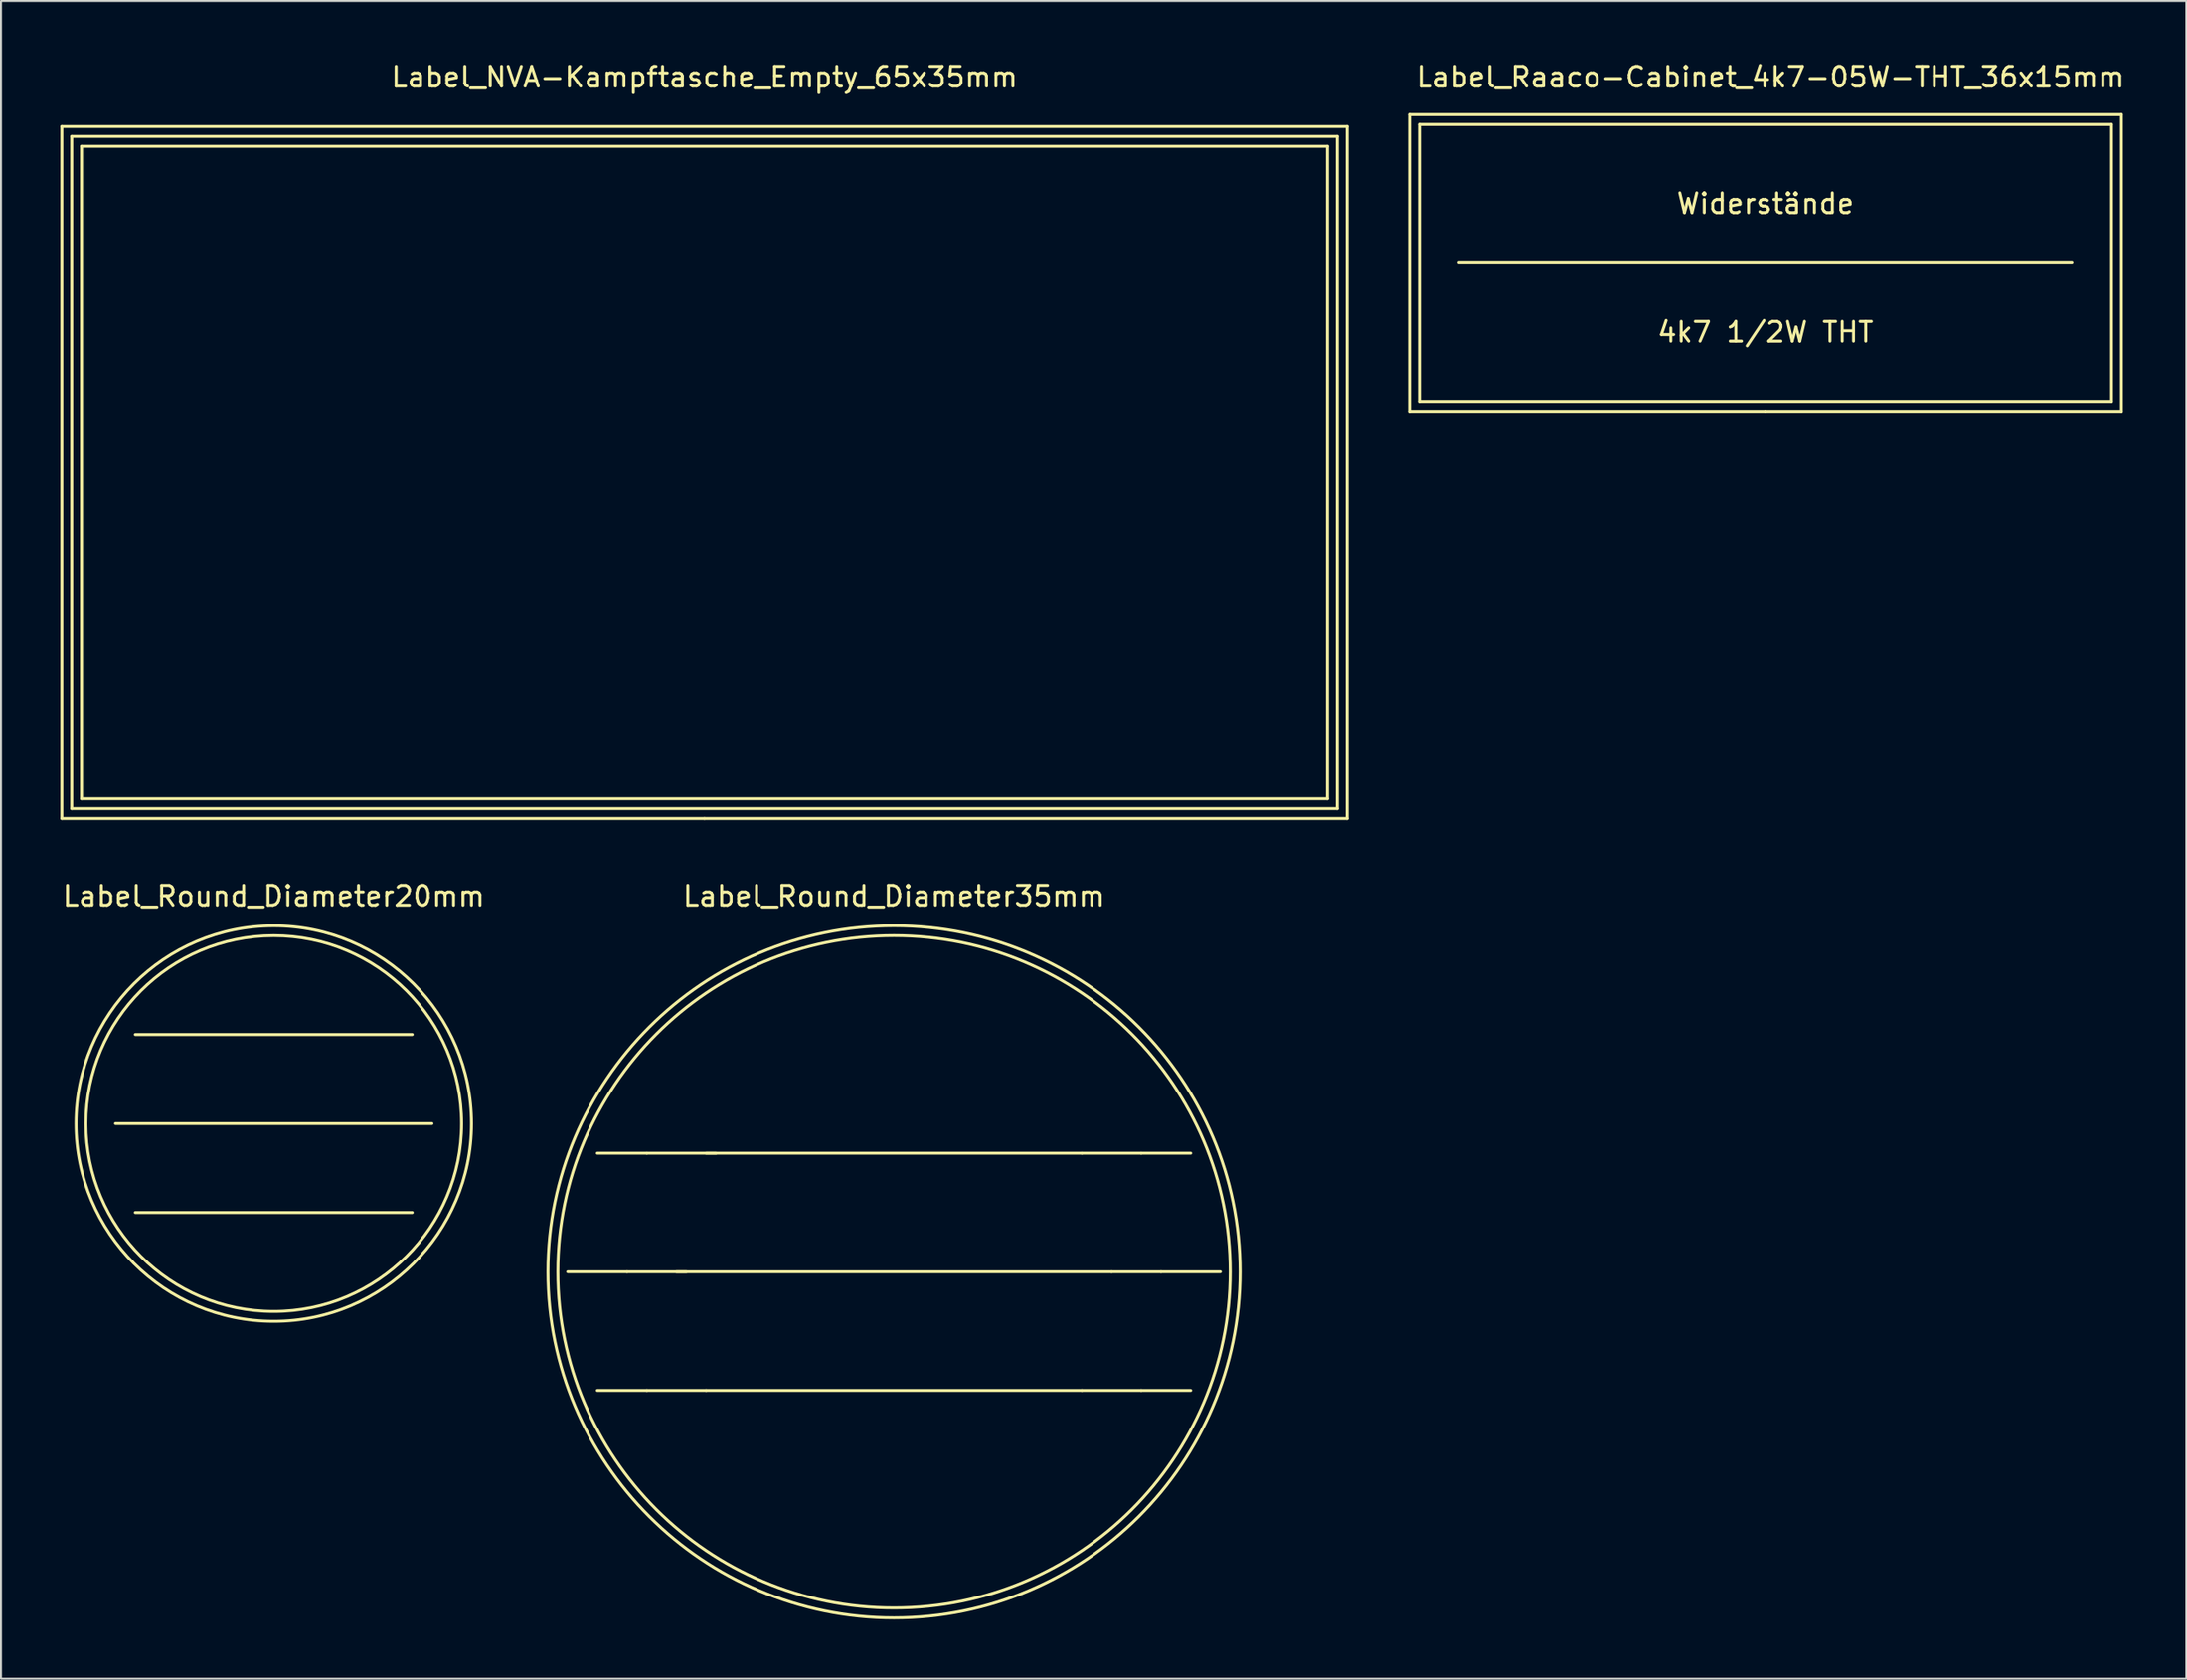
<source format=kicad_pcb>
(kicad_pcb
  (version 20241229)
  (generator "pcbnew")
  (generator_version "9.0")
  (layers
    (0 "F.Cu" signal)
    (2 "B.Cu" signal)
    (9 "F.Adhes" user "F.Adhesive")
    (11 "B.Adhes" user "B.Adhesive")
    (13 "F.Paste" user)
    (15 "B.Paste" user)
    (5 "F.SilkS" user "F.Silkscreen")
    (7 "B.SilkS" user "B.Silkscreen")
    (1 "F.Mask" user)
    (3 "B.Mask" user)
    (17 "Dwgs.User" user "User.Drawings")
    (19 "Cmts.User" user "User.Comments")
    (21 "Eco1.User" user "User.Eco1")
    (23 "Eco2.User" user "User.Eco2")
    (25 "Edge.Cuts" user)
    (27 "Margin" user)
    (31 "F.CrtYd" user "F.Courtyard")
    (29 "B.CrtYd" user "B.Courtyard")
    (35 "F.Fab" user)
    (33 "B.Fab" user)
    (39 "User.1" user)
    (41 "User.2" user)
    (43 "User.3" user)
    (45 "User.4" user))
  (footprint "Label_Raaco-Cabinet_4k7-05W-THT_36x15mm"
    (layer "F.Cu")
    (at 86.225 10.246)
    (property "Reference" "Label_Raaco-Cabinet_4k7-05W-THT_36x15mm" (at 0.254 -9.398 0) (layer "F.SilkS") (effects (font (size 1 1) (thickness 0.15))))
    (attr through_hole)
    (fp_line (start -18.001 -7.501) (end -18.001 7.501) (stroke (width 0.15) (type solid)) (layer "F.SilkS"))
    (fp_line (start -18.001 7.501) (end 0 7.501) (stroke (width 0.15) (type solid)) (layer "F.SilkS"))
    (fp_line (start -17.501 -7) (end 17.501 -7) (stroke (width 0.15) (type solid)) (layer "F.SilkS"))
    (fp_line (start -17.501 7) (end -17.501 -7) (stroke (width 0.15) (type solid)) (layer "F.SilkS"))
    (fp_line (start -15.499 0) (end 15.499 0) (stroke (width 0.15) (type solid)) (layer "F.SilkS"))
    (fp_line (start 0 7.501) (end 18.001 7.501) (stroke (width 0.15) (type solid)) (layer "F.SilkS"))
    (fp_line (start 17.501 -7) (end 17.501 7) (stroke (width 0.15) (type solid)) (layer "F.SilkS"))
    (fp_line (start 17.501 7) (end -17.501 7) (stroke (width 0.15) (type solid)) (layer "F.SilkS"))
    (fp_line (start 18.001 -7.501) (end -18.001 -7.501) (stroke (width 0.15) (type solid)) (layer "F.SilkS"))
    (fp_line (start 18.001 7.501) (end 18.001 -7.501) (stroke (width 0.15) (type solid)) (layer "F.SilkS"))
    (fp_text user "4k7 1/2W THT" (at 0 3.5 0) (layer "F.SilkS") (effects (font (size 1 1) (thickness 0.15))))
    (fp_text user "Widerstände" (at 0 -3 0) (layer "F.SilkS") (effects (font (size 1 1) (thickness 0.15)))))
  (footprint "Label_Round_Diameter20mm"
    (layer "F.Cu")
    (at 10.792 53.773)
    (property "Reference" "Label_Round_Diameter20mm" (at 0 -11.501 0) (layer "F.SilkS") (effects (font (size 1 1) (thickness 0.15))))
    (attr through_hole)
    (fp_line (start -8.001 0) (end 8.001 0) (stroke (width 0.15) (type solid)) (layer "F.SilkS"))
    (fp_line (start -7 -4.501) (end 7 -4.501) (stroke (width 0.15) (type solid)) (layer "F.SilkS"))
    (fp_line (start -7 4.501) (end 7 4.501) (stroke (width 0.15) (type solid)) (layer "F.SilkS"))
    (fp_circle (center 0 0) (end 9.5 0) (stroke (width 0.15) (type solid)) (fill no) (layer "F.SilkS"))
    (fp_circle (center 0 0) (end 10 0) (stroke (width 0.15) (type solid)) (fill no) (layer "F.SilkS")))
  (footprint "Label_Round_Diameter35mm"
    (layer "F.Cu")
    (at 42.159 61.271)
    (property "Reference" "Label_Round_Diameter35mm" (at 0 -18.999 0) (layer "F.SilkS") (effects (font (size 1 1) (thickness 0.15))))
    (attr through_hole)
    (fp_line (start -13.5 0) (end -16.5 0) (stroke (width 0.15) (type solid)) (layer "F.SilkS"))
    (fp_line (start -12.499 -5.999) (end -15.001 -5.999) (stroke (width 0.15) (type solid)) (layer "F.SilkS"))
    (fp_line (start -12.499 5.999) (end -15.001 5.999) (stroke (width 0.15) (type solid)) (layer "F.SilkS"))
    (fp_line (start -11.001 0) (end 11.001 0) (stroke (width 0.15) (type solid)) (layer "F.SilkS"))
    (fp_line (start -10.5 0) (end -13.5 0) (stroke (width 0.15) (type solid)) (layer "F.SilkS"))
    (fp_line (start -9.5 5.999) (end -12.499 5.999) (stroke (width 0.15) (type solid)) (layer "F.SilkS"))
    (fp_line (start -9.5 5.999) (end 9.5 5.999) (stroke (width 0.15) (type solid)) (layer "F.SilkS"))
    (fp_line (start -8.999 -5.999) (end -12.499 -5.999) (stroke (width 0.15) (type solid)) (layer "F.SilkS"))
    (fp_line (start 9.5 -5.999) (end -9.5 -5.999) (stroke (width 0.15) (type solid)) (layer "F.SilkS"))
    (fp_line (start 9.5 -5.999) (end 12.499 -5.999) (stroke (width 0.15) (type solid)) (layer "F.SilkS"))
    (fp_line (start 9.5 5.999) (end 12.499 5.999) (stroke (width 0.15) (type solid)) (layer "F.SilkS"))
    (fp_line (start 11.001 0) (end 13.5 0) (stroke (width 0.15) (type solid)) (layer "F.SilkS"))
    (fp_line (start 12.499 -5.999) (end 15.001 -5.999) (stroke (width 0.15) (type solid)) (layer "F.SilkS"))
    (fp_line (start 12.499 5.999) (end 15.001 5.999) (stroke (width 0.15) (type solid)) (layer "F.SilkS"))
    (fp_line (start 13.5 0) (end 16.5 0) (stroke (width 0.15) (type solid)) (layer "F.SilkS"))
    (fp_circle (center 0 0) (end 17 0) (stroke (width 0.15) (type solid)) (fill no) (layer "F.SilkS"))
    (fp_circle (center 0 0) (end 17.501 0) (stroke (width 0.15) (type solid)) (fill no) (layer "F.SilkS")))
  (footprint "Label_NVA-Kampftasche_Empty_65x35mm"
    (layer "F.Cu")
    (at 32.574 20.848)
    (property "Reference" "Label_NVA-Kampftasche_Empty_65x35mm" (at 0 -20 0) (layer "F.SilkS") (effects (font (size 1 1) (thickness 0.15))))
    (attr through_hole)
    (fp_line (start -32.499 -17.501) (end -32.499 17.501) (stroke (width 0.15) (type solid)) (layer "F.SilkS"))
    (fp_line (start -32.499 17.501) (end 0 17.501) (stroke (width 0.15) (type solid)) (layer "F.SilkS"))
    (fp_line (start -31.999 -17) (end 31.999 -17) (stroke (width 0.15) (type solid)) (layer "F.SilkS"))
    (fp_line (start -31.999 17) (end -31.999 -17) (stroke (width 0.15) (type solid)) (layer "F.SilkS"))
    (fp_line (start -31.501 -16.5) (end 31.501 -16.5) (stroke (width 0.15) (type solid)) (layer "F.SilkS"))
    (fp_line (start -31.501 16.5) (end -31.501 -16.5) (stroke (width 0.15) (type solid)) (layer "F.SilkS"))
    (fp_line (start 0 17.501) (end 32.499 17.501) (stroke (width 0.15) (type solid)) (layer "F.SilkS"))
    (fp_line (start 31.501 -16.5) (end 31.501 16.5) (stroke (width 0.15) (type solid)) (layer "F.SilkS"))
    (fp_line (start 31.501 16.5) (end -31.501 16.5) (stroke (width 0.15) (type solid)) (layer "F.SilkS"))
    (fp_line (start 31.999 -17) (end 31.999 17) (stroke (width 0.15) (type solid)) (layer "F.SilkS"))
    (fp_line (start 31.999 17) (end -31.999 17) (stroke (width 0.15) (type solid)) (layer "F.SilkS"))
    (fp_line (start 32.499 -17.501) (end -32.499 -17.501) (stroke (width 0.15) (type solid)) (layer "F.SilkS"))
    (fp_line (start 32.499 17.501) (end 32.499 -17.501) (stroke (width 0.15) (type solid)) (layer "F.SilkS")))
  (gr_rect
    (start -3 -3)
    (end 107.508 81.847)
    (stroke (width 0.1) (type default))
    (fill no)
    (layer "Edge.Cuts")))
</source>
